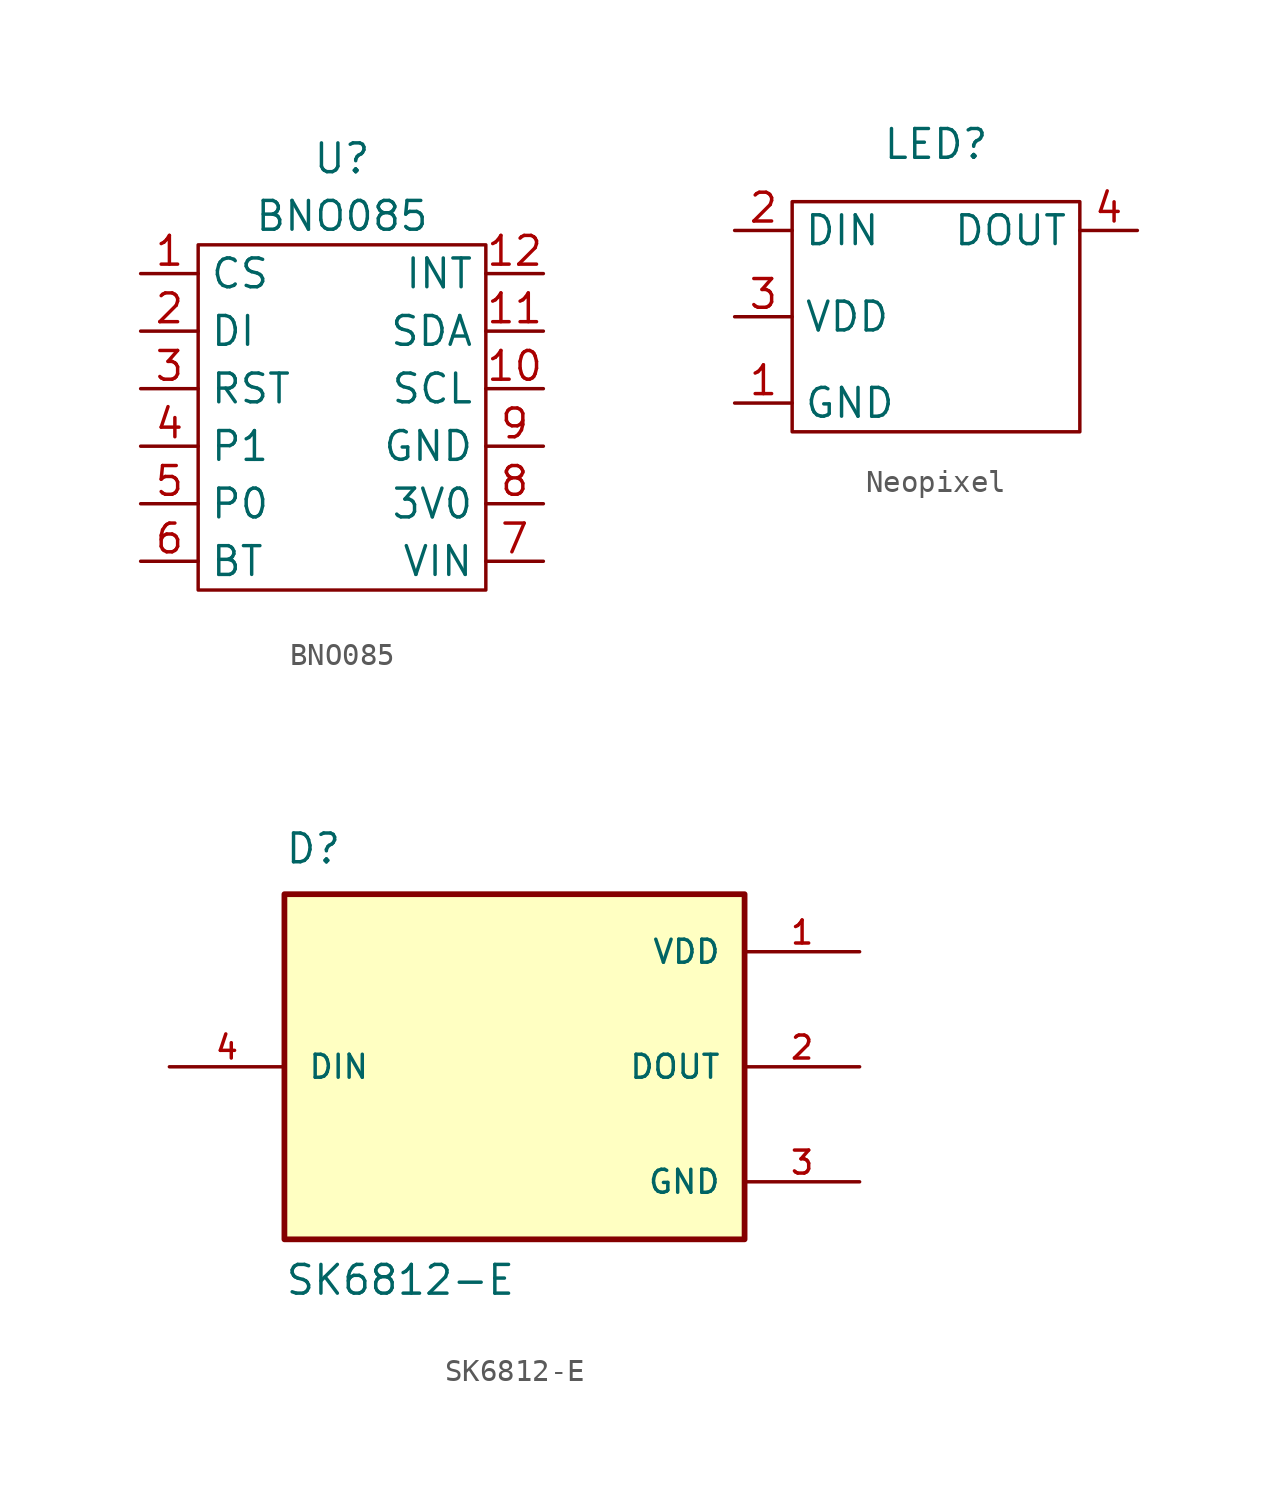
<source format=kicad_sym>
(kicad_symbol_lib
  (version 20231120)
  (generator "kicad_symbol_editor")
  (generator_version "8.0")
  (symbol "BNO085"
    (property "Reference" "U"
      (at 0 2.54 0)
      (effects (font (size 1.27 1.27))))
    (property "Value" "BNO085"
      (at 0 0 0)
      (effects (font (size 1.27 1.27))))
    (symbol "BNO085_0_1"
      (rectangle (start -6.35 -1.27) (end 6.35 -16.51) (stroke (width 0) (type default)) (fill (type none))))
    (symbol "BNO085_1_1"
      (pin input line (at -8.89 -2.54 0) (length 2.54) (name "CS" (effects (font (size 1.27 1.27)))) (number "1" (effects (font (size 1.27 1.27)))))
      (pin bidirectional line (at 8.89 -7.62 180) (length 2.54) (name "SCL" (effects (font (size 1.27 1.27)))) (number "10" (effects (font (size 1.27 1.27)))))
      (pin bidirectional line (at 8.89 -5.08 180) (length 2.54) (name "SDA" (effects (font (size 1.27 1.27)))) (number "11" (effects (font (size 1.27 1.27)))))
      (pin input line (at 8.89 -2.54 180) (length 2.54) (name "INT" (effects (font (size 1.27 1.27)))) (number "12" (effects (font (size 1.27 1.27)))))
      (pin input line (at -8.89 -5.08 0) (length 2.54) (name "DI" (effects (font (size 1.27 1.27)))) (number "2" (effects (font (size 1.27 1.27)))))
      (pin input line (at -8.89 -7.62 0) (length 2.54) (name "RST" (effects (font (size 1.27 1.27)))) (number "3" (effects (font (size 1.27 1.27)))))
      (pin input line (at -8.89 -10.16 0) (length 2.54) (name "P1" (effects (font (size 1.27 1.27)))) (number "4" (effects (font (size 1.27 1.27)))))
      (pin input line (at -8.89 -12.7 0) (length 2.54) (name "P0" (effects (font (size 1.27 1.27)))) (number "5" (effects (font (size 1.27 1.27)))))
      (pin input line (at -8.89 -15.24 0) (length 2.54) (name "BT" (effects (font (size 1.27 1.27)))) (number "6" (effects (font (size 1.27 1.27)))))
      (pin input line (at 8.89 -15.24 180) (length 2.54) (name "VIN" (effects (font (size 1.27 1.27)))) (number "7" (effects (font (size 1.27 1.27)))))
      (pin input line (at 8.89 -12.7 180) (length 2.54) (name "3V0" (effects (font (size 1.27 1.27)))) (number "8" (effects (font (size 1.27 1.27)))))
      (pin input line (at 8.89 -10.16 180) (length 2.54) (name "GND" (effects (font (size 1.27 1.27)))) (number "9" (effects (font (size 1.27 1.27)))))))
  (symbol "Neopixel"
    (property "Reference" "LED"
      (at 0 0 0)
      (effects (font (size 1.27 1.27))))
    (property "Value" ""
      (at 0 0 0)
      (effects (font (size 1.27 1.27))))
    (symbol "Neopixel_0_1"
      (rectangle (start -6.35 -2.54) (end 6.35 -12.7) (stroke (width 0) (type default)) (fill (type none))))
    (symbol "Neopixel_1_1"
      (pin input line (at -8.89 -11.43 0) (length 2.54) (name "GND" (effects (font (size 1.27 1.27)))) (number "1" (effects (font (size 1.27 1.27)))))
      (pin input line (at -8.89 -3.81 0) (length 2.54) (name "DIN" (effects (font (size 1.27 1.27)))) (number "2" (effects (font (size 1.27 1.27)))))
      (pin input line (at -8.89 -7.62 0) (length 2.54) (name "VDD" (effects (font (size 1.27 1.27)))) (number "3" (effects (font (size 1.27 1.27)))))
      (pin input line (at 8.89 -3.81 180) (length 2.54) (name "DOUT" (effects (font (size 1.27 1.27)))) (number "4" (effects (font (size 1.27 1.27)))))))
  (symbol "SK6812-E"
    (pin_names
      (offset 1.016))
    (property "Reference" "D"
      (at -10.16 8.89 0)
      (effects (font (size 1.27 1.27)) (justify left bottom)))
    (property "Value" "SK6812-E"
      (at -10.16 -10.16 0)
      (effects (font (size 1.27 1.27)) (justify left bottom)))
    (symbol "SK6812-E_0_0"
      (rectangle (start -10.16 -7.62) (end 10.16 7.62) (stroke (width 0.254) (type default)) (fill (type background)))
      (pin power_in line (at 15.24 5.08 180) (length 5.08) (name "VDD" (effects (font (size 1.016 1.016)))) (number "1" (effects (font (size 1.016 1.016)))))
      (pin output line (at 15.24 0 180) (length 5.08) (name "DOUT" (effects (font (size 1.016 1.016)))) (number "2" (effects (font (size 1.016 1.016)))))
      (pin power_in line (at 15.24 -5.08 180) (length 5.08) (name "GND" (effects (font (size 1.016 1.016)))) (number "3" (effects (font (size 1.016 1.016)))))
      (pin input line (at -15.24 0 0) (length 5.08) (name "DIN" (effects (font (size 1.016 1.016)))) (number "4" (effects (font (size 1.016 1.016))))))))
</source>
